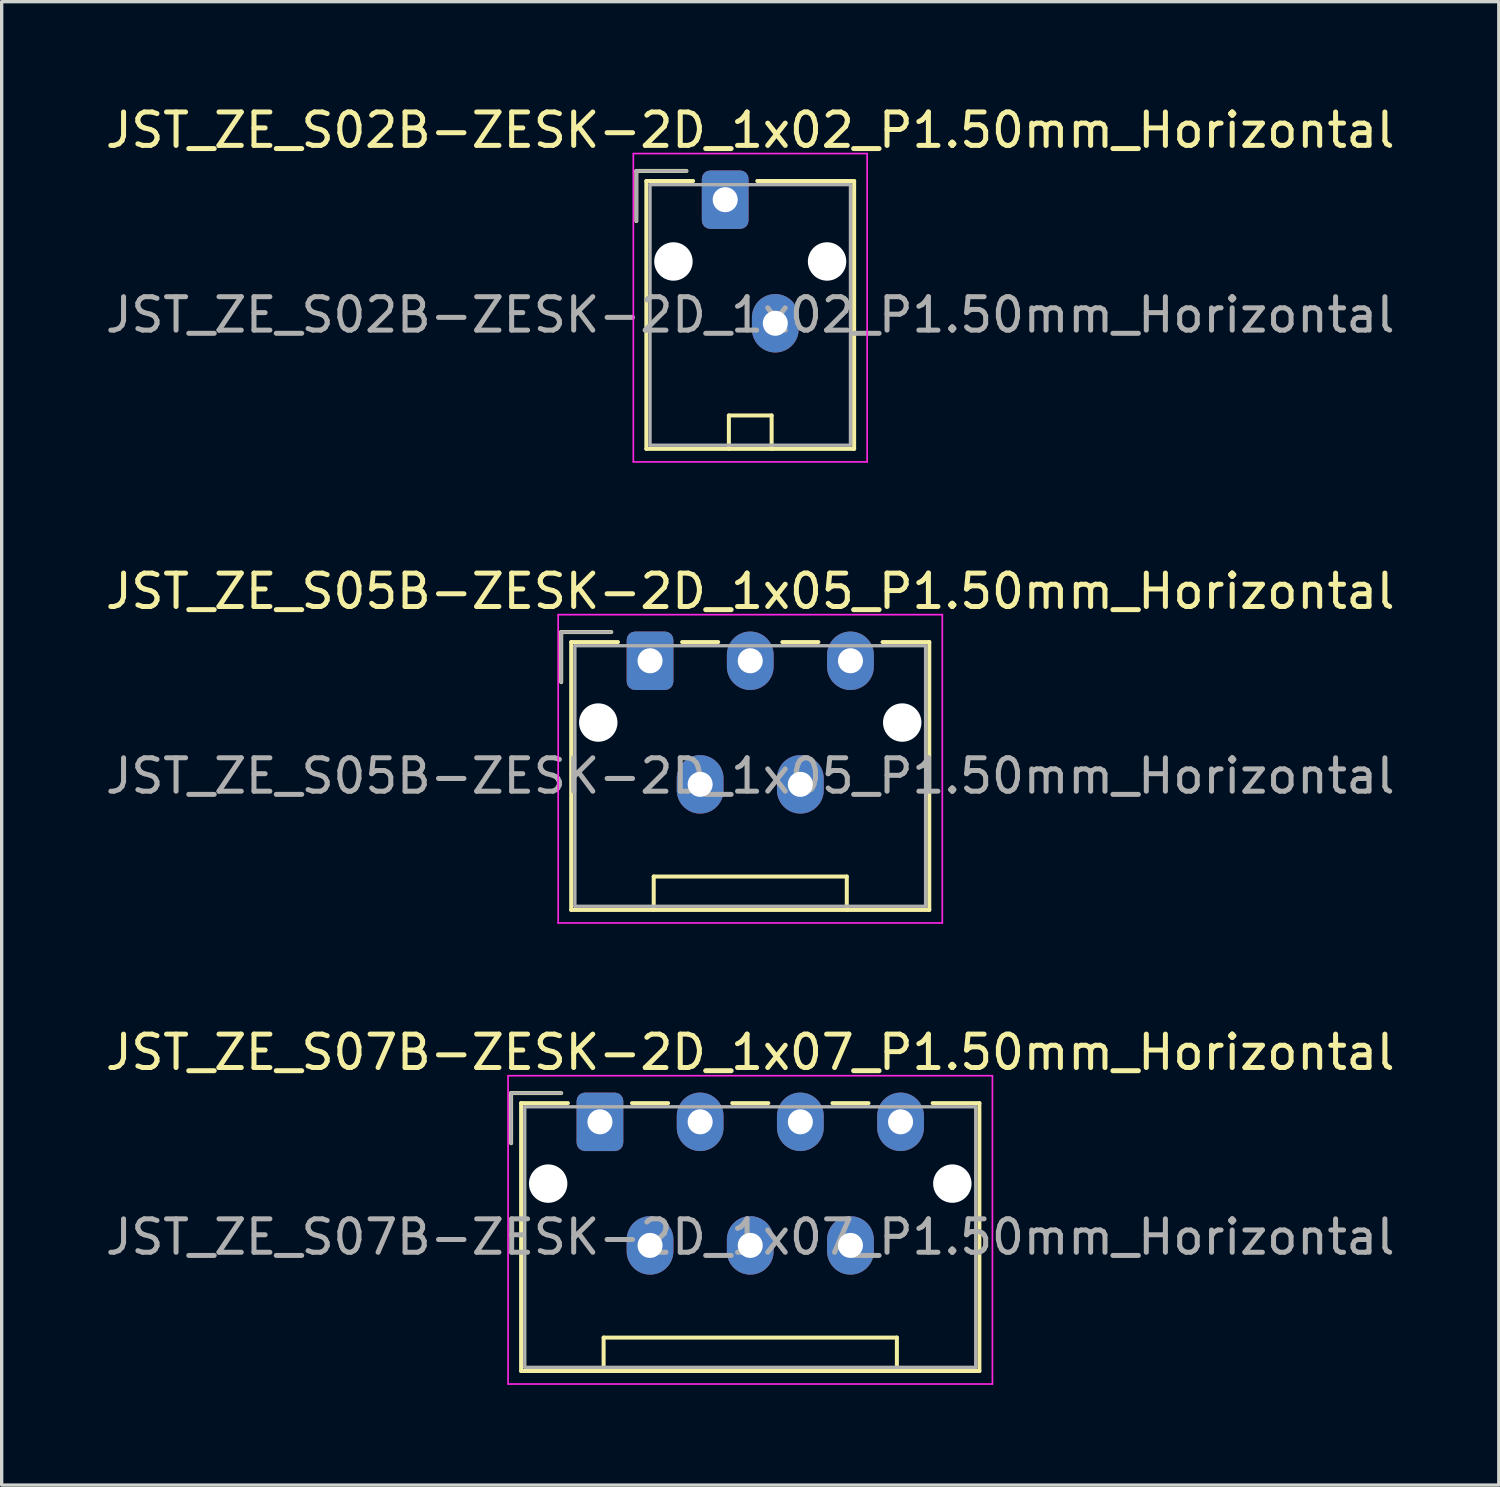
<source format=kicad_pcb>
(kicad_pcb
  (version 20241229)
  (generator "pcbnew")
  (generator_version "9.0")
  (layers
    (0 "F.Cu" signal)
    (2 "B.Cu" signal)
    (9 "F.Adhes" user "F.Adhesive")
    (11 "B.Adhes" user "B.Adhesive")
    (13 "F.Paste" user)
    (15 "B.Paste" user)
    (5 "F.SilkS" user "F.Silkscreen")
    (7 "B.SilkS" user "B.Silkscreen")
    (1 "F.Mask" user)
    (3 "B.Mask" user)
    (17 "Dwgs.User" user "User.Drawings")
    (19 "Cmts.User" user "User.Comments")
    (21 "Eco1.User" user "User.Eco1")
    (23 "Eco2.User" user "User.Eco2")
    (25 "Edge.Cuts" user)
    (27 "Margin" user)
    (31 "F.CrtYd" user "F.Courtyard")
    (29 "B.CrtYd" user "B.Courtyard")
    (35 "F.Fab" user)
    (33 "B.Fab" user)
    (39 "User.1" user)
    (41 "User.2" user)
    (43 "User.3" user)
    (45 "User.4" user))
  (footprint "JST_ZE_S02B-ZESK-2D_1x02_P1.50mm_Horizontal"
    (layer "F.Cu")
    (at 18.661 2.928)
    (property "Reference" "JST_ZE_S02B-ZESK-2D_1x02_P1.50mm_Horizontal" (at 0.75 -2.08 0) (layer "F.SilkS") (effects (font (size 1 1) (thickness 0.15))))
    (attr through_hole)
    (fp_line (start -2.66 -0.86) (end -1.16 -0.86) (stroke (width 0.12) (type solid)) (layer "F.SilkS"))
    (fp_line (start -2.66 0.64) (end -2.66 -0.86) (stroke (width 0.12) (type solid)) (layer "F.SilkS"))
    (fp_line (start -2.36 -0.56) (end -2.36 7.46) (stroke (width 0.12) (type solid)) (layer "F.SilkS"))
    (fp_line (start -2.36 7.46) (end 3.86 7.46) (stroke (width 0.12) (type solid)) (layer "F.SilkS"))
    (fp_line (start -0.96 -0.56) (end -2.36 -0.56) (stroke (width 0.12) (type solid)) (layer "F.SilkS"))
    (fp_line (start 0.11 6.46) (end 1.39 6.46) (stroke (width 0.12) (type solid)) (layer "F.SilkS"))
    (fp_line (start 0.11 7.46) (end 0.11 6.46) (stroke (width 0.12) (type solid)) (layer "F.SilkS"))
    (fp_line (start 1.39 6.46) (end 1.39 7.46) (stroke (width 0.12) (type solid)) (layer "F.SilkS"))
    (fp_line (start 3.86 -0.56) (end 0.96 -0.56) (stroke (width 0.12) (type solid)) (layer "F.SilkS"))
    (fp_line (start 3.86 7.46) (end 3.86 -0.56) (stroke (width 0.12) (type solid)) (layer "F.SilkS"))
    (fp_line (start -2.75 -1.38) (end -2.75 7.85) (stroke (width 0.05) (type solid)) (layer "F.CrtYd"))
    (fp_line (start -2.75 7.85) (end 4.25 7.85) (stroke (width 0.05) (type solid)) (layer "F.CrtYd"))
    (fp_line (start 4.25 -1.38) (end -2.75 -1.38) (stroke (width 0.05) (type solid)) (layer "F.CrtYd"))
    (fp_line (start 4.25 7.85) (end 4.25 -1.38) (stroke (width 0.05) (type solid)) (layer "F.CrtYd"))
    (fp_line (start -2.66 -0.86) (end -1.16 -0.86) (stroke (width 0.1) (type solid)) (layer "F.Fab"))
    (fp_line (start -2.66 0.64) (end -2.66 -0.86) (stroke (width 0.1) (type solid)) (layer "F.Fab"))
    (fp_line (start -2.25 -0.45) (end -2.25 7.35) (stroke (width 0.1) (type solid)) (layer "F.Fab"))
    (fp_line (start -2.25 7.35) (end 3.75 7.35) (stroke (width 0.1) (type solid)) (layer "F.Fab"))
    (fp_line (start 3.75 -0.45) (end -2.25 -0.45) (stroke (width 0.1) (type solid)) (layer "F.Fab"))
    (fp_line (start 3.75 7.35) (end 3.75 -0.45) (stroke (width 0.1) (type solid)) (layer "F.Fab"))
    (fp_text user "${REFERENCE}" (at 0.75 3.45 0) (layer "F.Fab") (effects (font (size 1 1) (thickness 0.15))))
    (pad "" np_thru_hole circle (at -1.55 1.85) (size 1.15 1.15) (drill 1.15) (layers "*.Cu" "*.Mask"))
    (pad "" np_thru_hole circle (at 3.05 1.85) (size 1.15 1.15) (drill 1.15) (layers "*.Cu" "*.Mask"))
    (pad "1" thru_hole roundrect (at 0 0) (size 1.4 1.75) (drill 0.75) (layers "*.Cu" "*.Mask") (roundrect_rratio 0.179))
    (pad "2" thru_hole oval (at 1.5 3.7) (size 1.4 1.75) (drill 0.75) (layers "*.Cu" "*.Mask")))
  (footprint "JST_ZE_S05B-ZESK-2D_1x05_P1.50mm_Horizontal"
    (layer "F.Cu")
    (at 16.411 16.732)
    (property "Reference" "JST_ZE_S05B-ZESK-2D_1x05_P1.50mm_Horizontal" (at 3 -2.08 0) (layer "F.SilkS") (effects (font (size 1 1) (thickness 0.15))))
    (attr through_hole)
    (fp_line (start -2.66 -0.86) (end -1.16 -0.86) (stroke (width 0.12) (type solid)) (layer "F.SilkS"))
    (fp_line (start -2.66 0.64) (end -2.66 -0.86) (stroke (width 0.12) (type solid)) (layer "F.SilkS"))
    (fp_line (start -2.36 -0.56) (end -2.36 7.46) (stroke (width 0.12) (type solid)) (layer "F.SilkS"))
    (fp_line (start -2.36 7.46) (end 8.36 7.46) (stroke (width 0.12) (type solid)) (layer "F.SilkS"))
    (fp_line (start -0.96 -0.56) (end -2.36 -0.56) (stroke (width 0.12) (type solid)) (layer "F.SilkS"))
    (fp_line (start 0.11 6.46) (end 5.89 6.46) (stroke (width 0.12) (type solid)) (layer "F.SilkS"))
    (fp_line (start 0.11 7.46) (end 0.11 6.46) (stroke (width 0.12) (type solid)) (layer "F.SilkS"))
    (fp_line (start 0.96 -0.56) (end 2.04 -0.56) (stroke (width 0.12) (type solid)) (layer "F.SilkS"))
    (fp_line (start 3.96 -0.56) (end 5.04 -0.56) (stroke (width 0.12) (type solid)) (layer "F.SilkS"))
    (fp_line (start 5.89 6.46) (end 5.89 7.46) (stroke (width 0.12) (type solid)) (layer "F.SilkS"))
    (fp_line (start 8.36 -0.56) (end 6.96 -0.56) (stroke (width 0.12) (type solid)) (layer "F.SilkS"))
    (fp_line (start 8.36 7.46) (end 8.36 -0.56) (stroke (width 0.12) (type solid)) (layer "F.SilkS"))
    (fp_line (start -2.75 -1.38) (end -2.75 7.85) (stroke (width 0.05) (type solid)) (layer "F.CrtYd"))
    (fp_line (start -2.75 7.85) (end 8.75 7.85) (stroke (width 0.05) (type solid)) (layer "F.CrtYd"))
    (fp_line (start 8.75 -1.38) (end -2.75 -1.38) (stroke (width 0.05) (type solid)) (layer "F.CrtYd"))
    (fp_line (start 8.75 7.85) (end 8.75 -1.38) (stroke (width 0.05) (type solid)) (layer "F.CrtYd"))
    (fp_line (start -2.66 -0.86) (end -1.16 -0.86) (stroke (width 0.1) (type solid)) (layer "F.Fab"))
    (fp_line (start -2.66 0.64) (end -2.66 -0.86) (stroke (width 0.1) (type solid)) (layer "F.Fab"))
    (fp_line (start -2.25 -0.45) (end -2.25 7.35) (stroke (width 0.1) (type solid)) (layer "F.Fab"))
    (fp_line (start -2.25 7.35) (end 8.25 7.35) (stroke (width 0.1) (type solid)) (layer "F.Fab"))
    (fp_line (start 8.25 -0.45) (end -2.25 -0.45) (stroke (width 0.1) (type solid)) (layer "F.Fab"))
    (fp_line (start 8.25 7.35) (end 8.25 -0.45) (stroke (width 0.1) (type solid)) (layer "F.Fab"))
    (fp_text user "${REFERENCE}" (at 3 3.45 0) (layer "F.Fab") (effects (font (size 1 1) (thickness 0.15))))
    (pad "" np_thru_hole circle (at -1.55 1.85) (size 1.15 1.15) (drill 1.15) (layers "*.Cu" "*.Mask"))
    (pad "" np_thru_hole circle (at 7.55 1.85) (size 1.15 1.15) (drill 1.15) (layers "*.Cu" "*.Mask"))
    (pad "1" thru_hole roundrect (at 0 0) (size 1.4 1.75) (drill 0.75) (layers "*.Cu" "*.Mask") (roundrect_rratio 0.179))
    (pad "2" thru_hole oval (at 1.5 3.7) (size 1.4 1.75) (drill 0.75) (layers "*.Cu" "*.Mask"))
    (pad "3" thru_hole oval (at 3 0) (size 1.4 1.75) (drill 0.75) (layers "*.Cu" "*.Mask"))
    (pad "4" thru_hole oval (at 4.5 3.7) (size 1.4 1.75) (drill 0.75) (layers "*.Cu" "*.Mask"))
    (pad "5" thru_hole oval (at 6 0) (size 1.4 1.75) (drill 0.75) (layers "*.Cu" "*.Mask")))
  (footprint "JST_ZE_S07B-ZESK-2D_1x07_P1.50mm_Horizontal"
    (layer "F.Cu")
    (at 14.911 30.535)
    (property "Reference" "JST_ZE_S07B-ZESK-2D_1x07_P1.50mm_Horizontal" (at 4.5 -2.08 0) (layer "F.SilkS") (effects (font (size 1 1) (thickness 0.15))))
    (attr through_hole)
    (fp_line (start -2.66 -0.86) (end -1.16 -0.86) (stroke (width 0.12) (type solid)) (layer "F.SilkS"))
    (fp_line (start -2.66 0.64) (end -2.66 -0.86) (stroke (width 0.12) (type solid)) (layer "F.SilkS"))
    (fp_line (start -2.36 -0.56) (end -2.36 7.46) (stroke (width 0.12) (type solid)) (layer "F.SilkS"))
    (fp_line (start -2.36 7.46) (end 11.36 7.46) (stroke (width 0.12) (type solid)) (layer "F.SilkS"))
    (fp_line (start -0.96 -0.56) (end -2.36 -0.56) (stroke (width 0.12) (type solid)) (layer "F.SilkS"))
    (fp_line (start 0.11 6.46) (end 8.89 6.46) (stroke (width 0.12) (type solid)) (layer "F.SilkS"))
    (fp_line (start 0.11 7.46) (end 0.11 6.46) (stroke (width 0.12) (type solid)) (layer "F.SilkS"))
    (fp_line (start 0.96 -0.56) (end 2.04 -0.56) (stroke (width 0.12) (type solid)) (layer "F.SilkS"))
    (fp_line (start 3.96 -0.56) (end 5.04 -0.56) (stroke (width 0.12) (type solid)) (layer "F.SilkS"))
    (fp_line (start 6.96 -0.56) (end 8.04 -0.56) (stroke (width 0.12) (type solid)) (layer "F.SilkS"))
    (fp_line (start 8.89 6.46) (end 8.89 7.46) (stroke (width 0.12) (type solid)) (layer "F.SilkS"))
    (fp_line (start 11.36 -0.56) (end 9.96 -0.56) (stroke (width 0.12) (type solid)) (layer "F.SilkS"))
    (fp_line (start 11.36 7.46) (end 11.36 -0.56) (stroke (width 0.12) (type solid)) (layer "F.SilkS"))
    (fp_line (start -2.75 -1.38) (end -2.75 7.85) (stroke (width 0.05) (type solid)) (layer "F.CrtYd"))
    (fp_line (start -2.75 7.85) (end 11.75 7.85) (stroke (width 0.05) (type solid)) (layer "F.CrtYd"))
    (fp_line (start 11.75 -1.38) (end -2.75 -1.38) (stroke (width 0.05) (type solid)) (layer "F.CrtYd"))
    (fp_line (start 11.75 7.85) (end 11.75 -1.38) (stroke (width 0.05) (type solid)) (layer "F.CrtYd"))
    (fp_line (start -2.66 -0.86) (end -1.16 -0.86) (stroke (width 0.1) (type solid)) (layer "F.Fab"))
    (fp_line (start -2.66 0.64) (end -2.66 -0.86) (stroke (width 0.1) (type solid)) (layer "F.Fab"))
    (fp_line (start -2.25 -0.45) (end -2.25 7.35) (stroke (width 0.1) (type solid)) (layer "F.Fab"))
    (fp_line (start -2.25 7.35) (end 11.25 7.35) (stroke (width 0.1) (type solid)) (layer "F.Fab"))
    (fp_line (start 11.25 -0.45) (end -2.25 -0.45) (stroke (width 0.1) (type solid)) (layer "F.Fab"))
    (fp_line (start 11.25 7.35) (end 11.25 -0.45) (stroke (width 0.1) (type solid)) (layer "F.Fab"))
    (fp_text user "${REFERENCE}" (at 4.5 3.45 0) (layer "F.Fab") (effects (font (size 1 1) (thickness 0.15))))
    (pad "" np_thru_hole circle (at -1.55 1.85) (size 1.15 1.15) (drill 1.15) (layers "*.Cu" "*.Mask"))
    (pad "" np_thru_hole circle (at 10.55 1.85) (size 1.15 1.15) (drill 1.15) (layers "*.Cu" "*.Mask"))
    (pad "1" thru_hole roundrect (at 0 0) (size 1.4 1.75) (drill 0.75) (layers "*.Cu" "*.Mask") (roundrect_rratio 0.179))
    (pad "2" thru_hole oval (at 1.5 3.7) (size 1.4 1.75) (drill 0.75) (layers "*.Cu" "*.Mask"))
    (pad "3" thru_hole oval (at 3 0) (size 1.4 1.75) (drill 0.75) (layers "*.Cu" "*.Mask"))
    (pad "4" thru_hole oval (at 4.5 3.7) (size 1.4 1.75) (drill 0.75) (layers "*.Cu" "*.Mask"))
    (pad "5" thru_hole oval (at 6 0) (size 1.4 1.75) (drill 0.75) (layers "*.Cu" "*.Mask"))
    (pad "6" thru_hole oval (at 7.5 3.7) (size 1.4 1.75) (drill 0.75) (layers "*.Cu" "*.Mask"))
    (pad "7" thru_hole oval (at 9 0) (size 1.4 1.75) (drill 0.75) (layers "*.Cu" "*.Mask")))
  (gr_rect
    (start -3 -3)
    (end 41.821 41.41)
    (stroke (width 0.1) (type default))
    (fill no)
    (layer "Edge.Cuts")))
</source>
